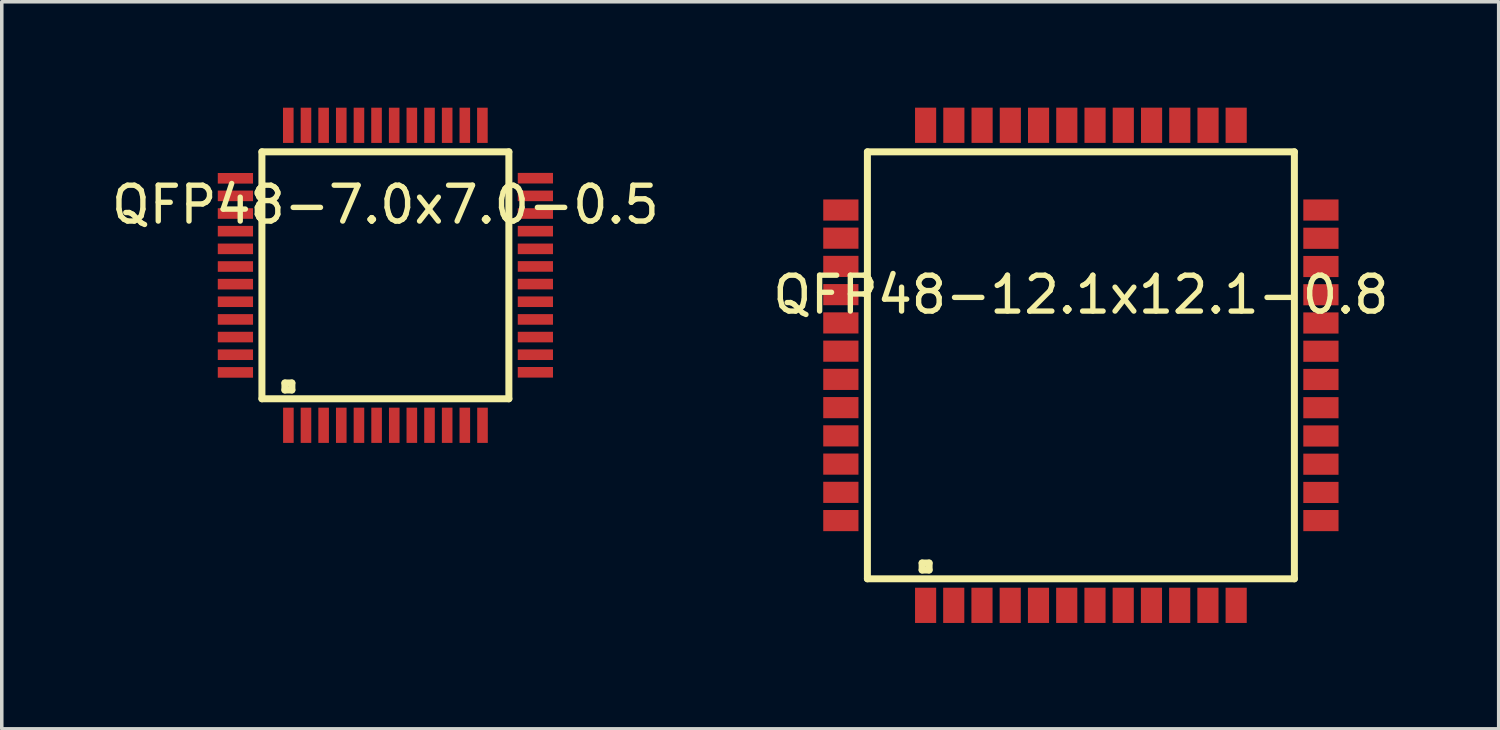
<source format=kicad_pcb>
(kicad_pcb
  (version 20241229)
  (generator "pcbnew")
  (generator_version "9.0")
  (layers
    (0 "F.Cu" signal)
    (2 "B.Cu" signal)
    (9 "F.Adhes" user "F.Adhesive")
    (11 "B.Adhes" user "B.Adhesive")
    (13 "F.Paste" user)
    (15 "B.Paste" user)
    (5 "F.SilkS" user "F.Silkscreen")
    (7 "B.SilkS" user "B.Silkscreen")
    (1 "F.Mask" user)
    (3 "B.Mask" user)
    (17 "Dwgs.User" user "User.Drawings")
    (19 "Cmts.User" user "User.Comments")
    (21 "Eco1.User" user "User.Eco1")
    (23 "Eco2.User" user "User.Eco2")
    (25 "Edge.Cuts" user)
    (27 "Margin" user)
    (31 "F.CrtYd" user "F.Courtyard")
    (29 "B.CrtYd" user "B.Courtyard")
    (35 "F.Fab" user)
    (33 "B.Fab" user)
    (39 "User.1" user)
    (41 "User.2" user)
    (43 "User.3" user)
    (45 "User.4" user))
  (footprint "QFP48-12.1x12.1-0.8"
    (layer "F.Cu")
    (at 27.571 7.299)
    (property "Reference" "QFP48-12.1x12.1-0.8" (at 0 -1.999 0) (layer "F.SilkS") (effects (font (size 1.016 1.016) (thickness 0.152))))
    (attr through_hole)
    (fp_line (start -6.048 -6.048) (end 6.048 -6.048) (stroke (width 0.198) (type solid)) (layer "F.SilkS"))
    (fp_line (start -6.048 6.048) (end -6.048 -6.048) (stroke (width 0.198) (type solid)) (layer "F.SilkS"))
    (fp_line (start -4.498 5.601) (end -4.3 5.601) (stroke (width 0.198) (type solid)) (layer "F.SilkS"))
    (fp_line (start -4.498 5.799) (end -4.498 5.601) (stroke (width 0.198) (type solid)) (layer "F.SilkS"))
    (fp_line (start -4.3 5.601) (end -4.3 5.799) (stroke (width 0.198) (type solid)) (layer "F.SilkS"))
    (fp_line (start -4.3 5.799) (end -4.498 5.799) (stroke (width 0.198) (type solid)) (layer "F.SilkS"))
    (fp_line (start 6.048 -6.048) (end 6.048 6.048) (stroke (width 0.198) (type solid)) (layer "F.SilkS"))
    (fp_line (start 6.048 6.048) (end -6.048 6.048) (stroke (width 0.198) (type solid)) (layer "F.SilkS"))
    (pad "1" smd rect (at -4.399 6.8) (size 0.599 0.998) (layers "*.Mask" "F.Cu"))
    (pad "2" smd rect (at -3.602 6.8) (size 0.599 0.998) (layers "*.Mask" "F.Cu"))
    (pad "3" smd rect (at -2.802 6.8) (size 0.599 0.998) (layers "*.Mask" "F.Cu"))
    (pad "4" smd rect (at -2.002 6.8) (size 0.599 0.998) (layers "*.Mask" "F.Cu"))
    (pad "5" smd rect (at -1.201 6.8) (size 0.599 0.998) (layers "*.Mask" "F.Cu"))
    (pad "6" smd rect (at -0.401 6.8) (size 0.599 0.998) (layers "*.Mask" "F.Cu"))
    (pad "7" smd rect (at 0.399 6.8) (size 0.599 0.998) (layers "*.Mask" "F.Cu"))
    (pad "8" smd rect (at 1.199 6.8) (size 0.599 0.998) (layers "*.Mask" "F.Cu"))
    (pad "9" smd rect (at 1.999 6.8) (size 0.599 0.998) (layers "*.Mask" "F.Cu"))
    (pad "10" smd rect (at 2.799 6.8) (size 0.599 0.998) (layers "*.Mask" "F.Cu"))
    (pad "11" smd rect (at 3.599 6.8) (size 0.599 0.998) (layers "*.Mask" "F.Cu"))
    (pad "12" smd rect (at 4.399 6.8) (size 0.599 0.998) (layers "*.Mask" "F.Cu"))
    (pad "13" smd rect (at 6.8 4.399 90) (size 0.599 0.998) (layers "*.Mask" "F.Cu"))
    (pad "14" smd rect (at 6.8 3.602 90) (size 0.599 0.998) (layers "*.Mask" "F.Cu"))
    (pad "15" smd rect (at 6.8 2.802 90) (size 0.599 0.998) (layers "*.Mask" "F.Cu"))
    (pad "16" smd rect (at 6.8 2.002 90) (size 0.599 0.998) (layers "*.Mask" "F.Cu"))
    (pad "17" smd rect (at 6.8 1.201 90) (size 0.599 0.998) (layers "*.Mask" "F.Cu"))
    (pad "18" smd rect (at 6.8 0.401 90) (size 0.599 0.998) (layers "*.Mask" "F.Cu"))
    (pad "19" smd rect (at 6.8 -0.399 90) (size 0.599 0.998) (layers "*.Mask" "F.Cu"))
    (pad "20" smd rect (at 6.8 -1.199 90) (size 0.599 0.998) (layers "*.Mask" "F.Cu"))
    (pad "21" smd rect (at 6.8 -1.999 90) (size 0.599 0.998) (layers "*.Mask" "F.Cu"))
    (pad "22" smd rect (at 6.8 -2.799 90) (size 0.599 0.998) (layers "*.Mask" "F.Cu"))
    (pad "23" smd rect (at 6.8 -3.599 90) (size 0.599 0.998) (layers "*.Mask" "F.Cu"))
    (pad "24" smd rect (at 6.8 -4.399 90) (size 0.599 0.998) (layers "*.Mask" "F.Cu"))
    (pad "25" smd rect (at 4.399 -6.8) (size 0.599 0.998) (layers "*.Mask" "F.Cu"))
    (pad "26" smd rect (at 3.602 -6.8) (size 0.599 0.998) (layers "*.Mask" "F.Cu"))
    (pad "27" smd rect (at 2.802 -6.8) (size 0.599 0.998) (layers "*.Mask" "F.Cu"))
    (pad "28" smd rect (at 2.002 -6.8) (size 0.599 0.998) (layers "*.Mask" "F.Cu"))
    (pad "29" smd rect (at 1.201 -6.8) (size 0.599 0.998) (layers "*.Mask" "F.Cu"))
    (pad "30" smd rect (at 0.401 -6.8) (size 0.599 0.998) (layers "*.Mask" "F.Cu"))
    (pad "31" smd rect (at -0.399 -6.8) (size 0.599 0.998) (layers "*.Mask" "F.Cu"))
    (pad "32" smd rect (at -1.199 -6.8) (size 0.599 0.998) (layers "*.Mask" "F.Cu"))
    (pad "33" smd rect (at -1.999 -6.8) (size 0.599 0.998) (layers "*.Mask" "F.Cu"))
    (pad "34" smd rect (at -2.799 -6.8) (size 0.599 0.998) (layers "*.Mask" "F.Cu"))
    (pad "35" smd rect (at -3.599 -6.8) (size 0.599 0.998) (layers "*.Mask" "F.Cu"))
    (pad "36" smd rect (at -4.399 -6.8) (size 0.599 0.998) (layers "*.Mask" "F.Cu"))
    (pad "37" smd rect (at -6.8 -4.399 90) (size 0.599 0.998) (layers "*.Mask" "F.Cu"))
    (pad "38" smd rect (at -6.8 -3.602 90) (size 0.599 0.998) (layers "*.Mask" "F.Cu"))
    (pad "39" smd rect (at -6.8 -2.802 90) (size 0.599 0.998) (layers "*.Mask" "F.Cu"))
    (pad "40" smd rect (at -6.8 -2.002 90) (size 0.599 0.998) (layers "*.Mask" "F.Cu"))
    (pad "41" smd rect (at -6.8 -1.201 90) (size 0.599 0.998) (layers "*.Mask" "F.Cu"))
    (pad "42" smd rect (at -6.8 -0.401 90) (size 0.599 0.998) (layers "*.Mask" "F.Cu"))
    (pad "43" smd rect (at -6.8 0.399 90) (size 0.599 0.998) (layers "*.Mask" "F.Cu"))
    (pad "44" smd rect (at -6.8 1.199 90) (size 0.599 0.998) (layers "*.Mask" "F.Cu"))
    (pad "45" smd rect (at -6.8 1.999 90) (size 0.599 0.998) (layers "*.Mask" "F.Cu"))
    (pad "46" smd rect (at -6.8 2.799 90) (size 0.599 0.998) (layers "*.Mask" "F.Cu"))
    (pad "47" smd rect (at -6.8 3.599 90) (size 0.599 0.998) (layers "*.Mask" "F.Cu"))
    (pad "48" smd rect (at -6.8 4.399 90) (size 0.599 0.998) (layers "*.Mask" "F.Cu")))
  (footprint "QFP48-7.0x7.0-0.5"
    (layer "F.Cu")
    (at 7.868 4.749)
    (property "Reference" "QFP48-7.0x7.0-0.5" (at 0 -1.999 0) (layer "F.SilkS") (effects (font (size 1.016 1.016) (thickness 0.152))))
    (attr through_hole)
    (fp_line (start -3.498 -3.498) (end 3.498 -3.498) (stroke (width 0.198) (type solid)) (layer "F.SilkS"))
    (fp_line (start -3.498 3.498) (end -3.498 -3.498) (stroke (width 0.198) (type solid)) (layer "F.SilkS"))
    (fp_line (start -2.847 3.051) (end -2.649 3.051) (stroke (width 0.198) (type solid)) (layer "F.SilkS"))
    (fp_line (start -2.847 3.249) (end -2.847 3.051) (stroke (width 0.198) (type solid)) (layer "F.SilkS"))
    (fp_line (start -2.649 3.051) (end -2.649 3.249) (stroke (width 0.198) (type solid)) (layer "F.SilkS"))
    (fp_line (start -2.649 3.249) (end -2.847 3.249) (stroke (width 0.198) (type solid)) (layer "F.SilkS"))
    (fp_line (start 3.498 -3.498) (end 3.498 3.498) (stroke (width 0.198) (type solid)) (layer "F.SilkS"))
    (fp_line (start 3.498 3.498) (end -3.498 3.498) (stroke (width 0.198) (type solid)) (layer "F.SilkS"))
    (pad "1" smd rect (at -2.748 4.249) (size 0.3 0.998) (layers "*.Mask" "F.Cu"))
    (pad "2" smd rect (at -2.25 4.249) (size 0.3 0.998) (layers "*.Mask" "F.Cu"))
    (pad "3" smd rect (at -1.75 4.249) (size 0.3 0.998) (layers "*.Mask" "F.Cu"))
    (pad "4" smd rect (at -1.25 4.249) (size 0.3 0.998) (layers "*.Mask" "F.Cu"))
    (pad "5" smd rect (at -0.749 4.249) (size 0.3 0.998) (layers "*.Mask" "F.Cu"))
    (pad "6" smd rect (at -0.249 4.249) (size 0.3 0.998) (layers "*.Mask" "F.Cu"))
    (pad "7" smd rect (at 0.251 4.249) (size 0.3 0.998) (layers "*.Mask" "F.Cu"))
    (pad "8" smd rect (at 0.749 4.249) (size 0.3 0.998) (layers "*.Mask" "F.Cu"))
    (pad "9" smd rect (at 1.25 4.249) (size 0.3 0.998) (layers "*.Mask" "F.Cu"))
    (pad "10" smd rect (at 1.75 4.249) (size 0.3 0.998) (layers "*.Mask" "F.Cu"))
    (pad "11" smd rect (at 2.25 4.249) (size 0.3 0.998) (layers "*.Mask" "F.Cu"))
    (pad "12" smd rect (at 2.751 4.249) (size 0.3 0.998) (layers "*.Mask" "F.Cu"))
    (pad "13" smd rect (at 4.249 2.748 90) (size 0.3 0.998) (layers "*.Mask" "F.Cu"))
    (pad "14" smd rect (at 4.249 2.25 90) (size 0.3 0.998) (layers "*.Mask" "F.Cu"))
    (pad "15" smd rect (at 4.249 1.75 90) (size 0.3 0.998) (layers "*.Mask" "F.Cu"))
    (pad "16" smd rect (at 4.249 1.25 90) (size 0.3 0.998) (layers "*.Mask" "F.Cu"))
    (pad "17" smd rect (at 4.249 0.749 90) (size 0.3 0.998) (layers "*.Mask" "F.Cu"))
    (pad "18" smd rect (at 4.249 0.249 90) (size 0.3 0.998) (layers "*.Mask" "F.Cu"))
    (pad "19" smd rect (at 4.249 -0.251 90) (size 0.3 0.998) (layers "*.Mask" "F.Cu"))
    (pad "20" smd rect (at 4.249 -0.749 90) (size 0.3 0.998) (layers "*.Mask" "F.Cu"))
    (pad "21" smd rect (at 4.249 -1.25 90) (size 0.3 0.998) (layers "*.Mask" "F.Cu"))
    (pad "22" smd rect (at 4.249 -1.75 90) (size 0.3 0.998) (layers "*.Mask" "F.Cu"))
    (pad "23" smd rect (at 4.249 -2.25 90) (size 0.3 0.998) (layers "*.Mask" "F.Cu"))
    (pad "24" smd rect (at 4.249 -2.751 90) (size 0.3 0.998) (layers "*.Mask" "F.Cu"))
    (pad "25" smd rect (at 2.748 -4.249) (size 0.3 0.998) (layers "*.Mask" "F.Cu"))
    (pad "26" smd rect (at 2.25 -4.249) (size 0.3 0.998) (layers "*.Mask" "F.Cu"))
    (pad "27" smd rect (at 1.75 -4.249) (size 0.3 0.998) (layers "*.Mask" "F.Cu"))
    (pad "28" smd rect (at 1.25 -4.249) (size 0.3 0.998) (layers "*.Mask" "F.Cu"))
    (pad "29" smd rect (at 0.749 -4.249) (size 0.3 0.998) (layers "*.Mask" "F.Cu"))
    (pad "30" smd rect (at 0.249 -4.249) (size 0.3 0.998) (layers "*.Mask" "F.Cu"))
    (pad "31" smd rect (at -0.251 -4.249) (size 0.3 0.998) (layers "*.Mask" "F.Cu"))
    (pad "32" smd rect (at -0.749 -4.249) (size 0.3 0.998) (layers "*.Mask" "F.Cu"))
    (pad "33" smd rect (at -1.25 -4.249) (size 0.3 0.998) (layers "*.Mask" "F.Cu"))
    (pad "34" smd rect (at -1.75 -4.249) (size 0.3 0.998) (layers "*.Mask" "F.Cu"))
    (pad "35" smd rect (at -2.25 -4.249) (size 0.3 0.998) (layers "*.Mask" "F.Cu"))
    (pad "36" smd rect (at -2.751 -4.249) (size 0.3 0.998) (layers "*.Mask" "F.Cu"))
    (pad "37" smd rect (at -4.249 -2.748 90) (size 0.3 0.998) (layers "*.Mask" "F.Cu"))
    (pad "38" smd rect (at -4.249 -2.25 90) (size 0.3 0.998) (layers "*.Mask" "F.Cu"))
    (pad "39" smd rect (at -4.249 -1.75 90) (size 0.3 0.998) (layers "*.Mask" "F.Cu"))
    (pad "40" smd rect (at -4.249 -1.25 90) (size 0.3 0.998) (layers "*.Mask" "F.Cu"))
    (pad "41" smd rect (at -4.249 -0.749 90) (size 0.3 0.998) (layers "*.Mask" "F.Cu"))
    (pad "42" smd rect (at -4.249 -0.249 90) (size 0.3 0.998) (layers "*.Mask" "F.Cu"))
    (pad "43" smd rect (at -4.249 0.251 90) (size 0.3 0.998) (layers "*.Mask" "F.Cu"))
    (pad "44" smd rect (at -4.249 0.749 90) (size 0.3 0.998) (layers "*.Mask" "F.Cu"))
    (pad "45" smd rect (at -4.249 1.25 90) (size 0.3 0.998) (layers "*.Mask" "F.Cu"))
    (pad "46" smd rect (at -4.249 1.75 90) (size 0.3 0.998) (layers "*.Mask" "F.Cu"))
    (pad "47" smd rect (at -4.249 2.25 90) (size 0.3 0.998) (layers "*.Mask" "F.Cu"))
    (pad "48" smd rect (at -4.249 2.751 90) (size 0.3 0.998) (layers "*.Mask" "F.Cu")))
  (gr_rect
    (start -3 -3)
    (end 39.407 17.597)
    (stroke (width 0.1) (type default))
    (fill no)
    (layer "Edge.Cuts")))
</source>
